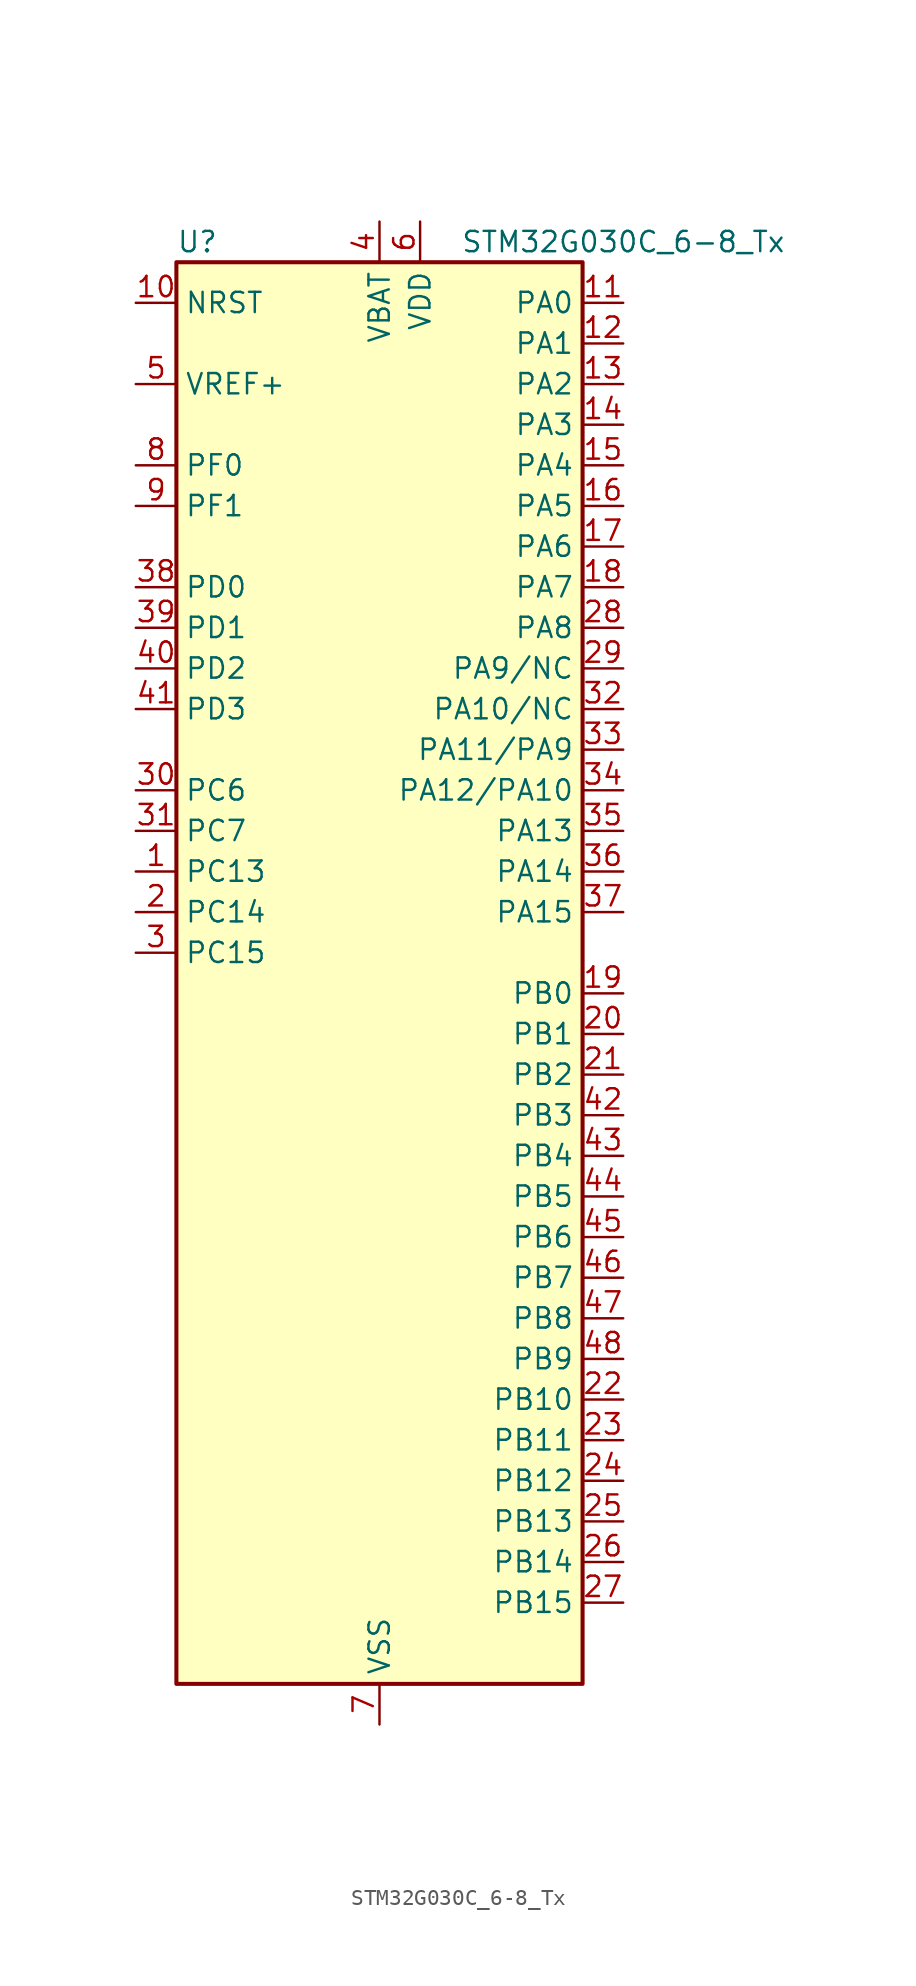
<source format=kicad_sym>
(kicad_symbol_lib
  (version 20220914)
  (generator kicad_symbol_editor)
  (symbol "STM32G030C_6-8_Tx"
    (property "Reference" "U"
      (at -12.7 46.99 0)
      (effects (font (size 1.27 1.27)) (justify left)))
    (property "Value" "STM32G030C_6-8_Tx"
      (at 5.08 46.99 0)
      (effects (font (size 1.27 1.27)) (justify left)))
    (property "ki_locked" ""
      (at 0 0 0)
      (effects (font (size 1.27 1.27))))
    (symbol "STM32G030C_6-8_Tx_0_1"
      (rectangle (start -12.7 -43.18) (end 12.7 45.72) (stroke (width 0.254) (type default)) (fill (type background))))
    (symbol "STM32G030C_6-8_Tx_1_1"
      (pin bidirectional line (at -15.24 7.62 0) (length 2.54) (name "PC13" (effects (font (size 1.27 1.27)))) (number "1" (effects (font (size 1.27 1.27)))) (alternate "RTC_OUT_ALARM" bidirectional line) (alternate "RTC_OUT_CALIB" bidirectional line) (alternate "RTC_TAMP_IN1" bidirectional line) (alternate "RTC_TS" bidirectional line) (alternate "SYS_WKUP2" bidirectional line) (alternate "TIM1_BK" bidirectional line))
      (pin input line (at -15.24 43.18 0) (length 2.54) (name "NRST" (effects (font (size 1.27 1.27)))) (number "10" (effects (font (size 1.27 1.27)))))
      (pin bidirectional line (at 15.24 43.18 180) (length 2.54) (name "PA0" (effects (font (size 1.27 1.27)))) (number "11" (effects (font (size 1.27 1.27)))) (alternate "ADC1_IN0" bidirectional line) (alternate "RTC_TAMP_IN2" bidirectional line) (alternate "SPI2_SCK" bidirectional line) (alternate "SYS_WKUP1" bidirectional line) (alternate "USART2_CTS" bidirectional line) (alternate "USART2_NSS" bidirectional line))
      (pin bidirectional line (at 15.24 40.64 180) (length 2.54) (name "PA1" (effects (font (size 1.27 1.27)))) (number "12" (effects (font (size 1.27 1.27)))) (alternate "ADC1_IN1" bidirectional line) (alternate "I2C1_SMBA" bidirectional line) (alternate "I2S1_CK" bidirectional line) (alternate "SPI1_SCK" bidirectional line) (alternate "USART2_CK" bidirectional line) (alternate "USART2_DE" bidirectional line) (alternate "USART2_RTS" bidirectional line))
      (pin bidirectional line (at 15.24 38.1 180) (length 2.54) (name "PA2" (effects (font (size 1.27 1.27)))) (number "13" (effects (font (size 1.27 1.27)))) (alternate "ADC1_IN2" bidirectional line) (alternate "I2S1_SD" bidirectional line) (alternate "RCC_LSCO" bidirectional line) (alternate "SPI1_MOSI" bidirectional line) (alternate "SYS_WKUP4" bidirectional line) (alternate "USART2_TX" bidirectional line))
      (pin bidirectional line (at 15.24 35.56 180) (length 2.54) (name "PA3" (effects (font (size 1.27 1.27)))) (number "14" (effects (font (size 1.27 1.27)))) (alternate "ADC1_IN3" bidirectional line) (alternate "SPI2_MISO" bidirectional line) (alternate "USART2_RX" bidirectional line))
      (pin bidirectional line (at 15.24 33.02 180) (length 2.54) (name "PA4" (effects (font (size 1.27 1.27)))) (number "15" (effects (font (size 1.27 1.27)))) (alternate "ADC1_IN4" bidirectional line) (alternate "I2S1_WS" bidirectional line) (alternate "RTC_OUT_ALARM" bidirectional line) (alternate "RTC_OUT_CALIB" bidirectional line) (alternate "SPI1_NSS" bidirectional line) (alternate "SPI2_MOSI" bidirectional line) (alternate "TIM14_CH1" bidirectional line))
      (pin bidirectional line (at 15.24 30.48 180) (length 2.54) (name "PA5" (effects (font (size 1.27 1.27)))) (number "16" (effects (font (size 1.27 1.27)))) (alternate "ADC1_IN5" bidirectional line) (alternate "I2S1_CK" bidirectional line) (alternate "SPI1_SCK" bidirectional line))
      (pin bidirectional line (at 15.24 27.94 180) (length 2.54) (name "PA6" (effects (font (size 1.27 1.27)))) (number "17" (effects (font (size 1.27 1.27)))) (alternate "ADC1_IN6" bidirectional line) (alternate "I2S1_MCK" bidirectional line) (alternate "SPI1_MISO" bidirectional line) (alternate "TIM16_CH1" bidirectional line) (alternate "TIM1_BK" bidirectional line) (alternate "TIM3_CH1" bidirectional line))
      (pin bidirectional line (at 15.24 25.4 180) (length 2.54) (name "PA7" (effects (font (size 1.27 1.27)))) (number "18" (effects (font (size 1.27 1.27)))) (alternate "ADC1_IN7" bidirectional line) (alternate "I2S1_SD" bidirectional line) (alternate "SPI1_MOSI" bidirectional line) (alternate "TIM14_CH1" bidirectional line) (alternate "TIM17_CH1" bidirectional line) (alternate "TIM1_CH1N" bidirectional line) (alternate "TIM3_CH2" bidirectional line))
      (pin bidirectional line (at 15.24 0 180) (length 2.54) (name "PB0" (effects (font (size 1.27 1.27)))) (number "19" (effects (font (size 1.27 1.27)))) (alternate "ADC1_IN8" bidirectional line) (alternate "I2S1_WS" bidirectional line) (alternate "SPI1_NSS" bidirectional line) (alternate "TIM1_CH2N" bidirectional line) (alternate "TIM3_CH3" bidirectional line))
      (pin bidirectional line (at -15.24 5.08 0) (length 2.54) (name "PC14" (effects (font (size 1.27 1.27)))) (number "2" (effects (font (size 1.27 1.27)))) (alternate "RCC_OSC32_IN" bidirectional line) (alternate "TIM1_BK2" bidirectional line))
      (pin bidirectional line (at 15.24 -2.54 180) (length 2.54) (name "PB1" (effects (font (size 1.27 1.27)))) (number "20" (effects (font (size 1.27 1.27)))) (alternate "ADC1_IN9" bidirectional line) (alternate "TIM14_CH1" bidirectional line) (alternate "TIM1_CH3N" bidirectional line) (alternate "TIM3_CH4" bidirectional line))
      (pin bidirectional line (at 15.24 -5.08 180) (length 2.54) (name "PB2" (effects (font (size 1.27 1.27)))) (number "21" (effects (font (size 1.27 1.27)))) (alternate "ADC1_IN10" bidirectional line) (alternate "SPI2_MISO" bidirectional line))
      (pin bidirectional line (at 15.24 -25.4 180) (length 2.54) (name "PB10" (effects (font (size 1.27 1.27)))) (number "22" (effects (font (size 1.27 1.27)))) (alternate "ADC1_IN11" bidirectional line) (alternate "I2C2_SCL" bidirectional line) (alternate "SPI2_SCK" bidirectional line))
      (pin bidirectional line (at 15.24 -27.94 180) (length 2.54) (name "PB11" (effects (font (size 1.27 1.27)))) (number "23" (effects (font (size 1.27 1.27)))) (alternate "ADC1_EXTI11" bidirectional line) (alternate "ADC1_IN15" bidirectional line) (alternate "I2C2_SDA" bidirectional line) (alternate "SPI2_MOSI" bidirectional line))
      (pin bidirectional line (at 15.24 -30.48 180) (length 2.54) (name "PB12" (effects (font (size 1.27 1.27)))) (number "24" (effects (font (size 1.27 1.27)))) (alternate "ADC1_IN16" bidirectional line) (alternate "SPI2_NSS" bidirectional line) (alternate "TIM1_BK" bidirectional line))
      (pin bidirectional line (at 15.24 -33.02 180) (length 2.54) (name "PB13" (effects (font (size 1.27 1.27)))) (number "25" (effects (font (size 1.27 1.27)))) (alternate "I2C2_SCL" bidirectional line) (alternate "SPI2_SCK" bidirectional line) (alternate "TIM1_CH1N" bidirectional line))
      (pin bidirectional line (at 15.24 -35.56 180) (length 2.54) (name "PB14" (effects (font (size 1.27 1.27)))) (number "26" (effects (font (size 1.27 1.27)))) (alternate "I2C2_SDA" bidirectional line) (alternate "SPI2_MISO" bidirectional line) (alternate "TIM1_CH2N" bidirectional line))
      (pin bidirectional line (at 15.24 -38.1 180) (length 2.54) (name "PB15" (effects (font (size 1.27 1.27)))) (number "27" (effects (font (size 1.27 1.27)))) (alternate "RTC_REFIN" bidirectional line) (alternate "SPI2_MOSI" bidirectional line) (alternate "TIM1_CH3N" bidirectional line))
      (pin bidirectional line (at 15.24 22.86 180) (length 2.54) (name "PA8" (effects (font (size 1.27 1.27)))) (number "28" (effects (font (size 1.27 1.27)))) (alternate "RCC_MCO" bidirectional line) (alternate "SPI2_NSS" bidirectional line) (alternate "TIM1_CH1" bidirectional line))
      (pin bidirectional line (at 15.24 20.32 180) (length 2.54) (name "PA9/NC" (effects (font (size 1.27 1.27)))) (number "29" (effects (font (size 1.27 1.27)))) (alternate "I2C1_SCL" bidirectional line) (alternate "RCC_MCO" bidirectional line) (alternate "SPI2_MISO" bidirectional line) (alternate "TIM1_CH2" bidirectional line) (alternate "USART1_TX" bidirectional line))
      (pin bidirectional line (at -15.24 2.54 0) (length 2.54) (name "PC15" (effects (font (size 1.27 1.27)))) (number "3" (effects (font (size 1.27 1.27)))) (alternate "RCC_OSC32_EN" bidirectional line) (alternate "RCC_OSC32_OUT" bidirectional line) (alternate "RCC_OSC_EN" bidirectional line))
      (pin bidirectional line (at -15.24 12.7 0) (length 2.54) (name "PC6" (effects (font (size 1.27 1.27)))) (number "30" (effects (font (size 1.27 1.27)))) (alternate "TIM3_CH1" bidirectional line))
      (pin bidirectional line (at -15.24 10.16 0) (length 2.54) (name "PC7" (effects (font (size 1.27 1.27)))) (number "31" (effects (font (size 1.27 1.27)))) (alternate "TIM3_CH2" bidirectional line))
      (pin bidirectional line (at 15.24 17.78 180) (length 2.54) (name "PA10/NC" (effects (font (size 1.27 1.27)))) (number "32" (effects (font (size 1.27 1.27)))) (alternate "I2C1_SDA" bidirectional line) (alternate "SPI2_MOSI" bidirectional line) (alternate "TIM17_BK" bidirectional line) (alternate "TIM1_CH3" bidirectional line) (alternate "USART1_RX" bidirectional line))
      (pin bidirectional line (at 15.24 15.24 180) (length 2.54) (name "PA11/PA9" (effects (font (size 1.27 1.27)))) (number "33" (effects (font (size 1.27 1.27)))) (alternate "ADC1_EXTI11" bidirectional line) (alternate "I2C2_SCL" bidirectional line) (alternate "I2S1_MCK" bidirectional line) (alternate "SPI1_MISO" bidirectional line) (alternate "TIM1_BK2" bidirectional line) (alternate "TIM1_CH4" bidirectional line) (alternate "USART1_CTS" bidirectional line) (alternate "USART1_NSS" bidirectional line))
      (pin bidirectional line (at 15.24 12.7 180) (length 2.54) (name "PA12/PA10" (effects (font (size 1.27 1.27)))) (number "34" (effects (font (size 1.27 1.27)))) (alternate "I2C2_SDA" bidirectional line) (alternate "I2S1_SD" bidirectional line) (alternate "I2S_CKIN" bidirectional line) (alternate "SPI1_MOSI" bidirectional line) (alternate "TIM1_ETR" bidirectional line) (alternate "USART1_CK" bidirectional line) (alternate "USART1_DE" bidirectional line) (alternate "USART1_RTS" bidirectional line))
      (pin bidirectional line (at 15.24 10.16 180) (length 2.54) (name "PA13" (effects (font (size 1.27 1.27)))) (number "35" (effects (font (size 1.27 1.27)))) (alternate "ADC1_IN17" bidirectional line) (alternate "IR_OUT" bidirectional line) (alternate "SYS_SWDIO" bidirectional line))
      (pin bidirectional line (at 15.24 7.62 180) (length 2.54) (name "PA14" (effects (font (size 1.27 1.27)))) (number "36" (effects (font (size 1.27 1.27)))) (alternate "ADC1_IN18" bidirectional line) (alternate "SYS_SWCLK" bidirectional line) (alternate "USART2_TX" bidirectional line))
      (pin bidirectional line (at 15.24 5.08 180) (length 2.54) (name "PA15" (effects (font (size 1.27 1.27)))) (number "37" (effects (font (size 1.27 1.27)))) (alternate "I2S1_WS" bidirectional line) (alternate "SPI1_NSS" bidirectional line) (alternate "USART2_RX" bidirectional line))
      (pin bidirectional line (at -15.24 25.4 0) (length 2.54) (name "PD0" (effects (font (size 1.27 1.27)))) (number "38" (effects (font (size 1.27 1.27)))) (alternate "SPI2_NSS" bidirectional line) (alternate "TIM16_CH1" bidirectional line))
      (pin bidirectional line (at -15.24 22.86 0) (length 2.54) (name "PD1" (effects (font (size 1.27 1.27)))) (number "39" (effects (font (size 1.27 1.27)))) (alternate "SPI2_SCK" bidirectional line) (alternate "TIM17_CH1" bidirectional line))
      (pin power_in line (at 0 48.26 270) (length 2.54) (name "VBAT" (effects (font (size 1.27 1.27)))) (number "4" (effects (font (size 1.27 1.27)))))
      (pin bidirectional line (at -15.24 20.32 0) (length 2.54) (name "PD2" (effects (font (size 1.27 1.27)))) (number "40" (effects (font (size 1.27 1.27)))) (alternate "TIM1_CH1N" bidirectional line) (alternate "TIM3_ETR" bidirectional line))
      (pin bidirectional line (at -15.24 17.78 0) (length 2.54) (name "PD3" (effects (font (size 1.27 1.27)))) (number "41" (effects (font (size 1.27 1.27)))) (alternate "SPI2_MISO" bidirectional line) (alternate "TIM1_CH2N" bidirectional line) (alternate "USART2_CTS" bidirectional line) (alternate "USART2_NSS" bidirectional line))
      (pin bidirectional line (at 15.24 -7.62 180) (length 2.54) (name "PB3" (effects (font (size 1.27 1.27)))) (number "42" (effects (font (size 1.27 1.27)))) (alternate "I2S1_CK" bidirectional line) (alternate "SPI1_SCK" bidirectional line) (alternate "TIM1_CH2" bidirectional line) (alternate "USART1_CK" bidirectional line) (alternate "USART1_DE" bidirectional line) (alternate "USART1_RTS" bidirectional line))
      (pin bidirectional line (at 15.24 -10.16 180) (length 2.54) (name "PB4" (effects (font (size 1.27 1.27)))) (number "43" (effects (font (size 1.27 1.27)))) (alternate "I2S1_MCK" bidirectional line) (alternate "SPI1_MISO" bidirectional line) (alternate "TIM17_BK" bidirectional line) (alternate "TIM3_CH1" bidirectional line) (alternate "USART1_CTS" bidirectional line) (alternate "USART1_NSS" bidirectional line))
      (pin bidirectional line (at 15.24 -12.7 180) (length 2.54) (name "PB5" (effects (font (size 1.27 1.27)))) (number "44" (effects (font (size 1.27 1.27)))) (alternate "I2C1_SMBA" bidirectional line) (alternate "I2S1_SD" bidirectional line) (alternate "SPI1_MOSI" bidirectional line) (alternate "SYS_WKUP6" bidirectional line) (alternate "TIM16_BK" bidirectional line) (alternate "TIM3_CH2" bidirectional line))
      (pin bidirectional line (at 15.24 -15.24 180) (length 2.54) (name "PB6" (effects (font (size 1.27 1.27)))) (number "45" (effects (font (size 1.27 1.27)))) (alternate "I2C1_SCL" bidirectional line) (alternate "SPI2_MISO" bidirectional line) (alternate "TIM16_CH1N" bidirectional line) (alternate "TIM1_CH3" bidirectional line) (alternate "USART1_TX" bidirectional line))
      (pin bidirectional line (at 15.24 -17.78 180) (length 2.54) (name "PB7" (effects (font (size 1.27 1.27)))) (number "46" (effects (font (size 1.27 1.27)))) (alternate "I2C1_SDA" bidirectional line) (alternate "SPI2_MOSI" bidirectional line) (alternate "SYS_PVD_IN" bidirectional line) (alternate "TIM17_CH1N" bidirectional line) (alternate "USART1_RX" bidirectional line))
      (pin bidirectional line (at 15.24 -20.32 180) (length 2.54) (name "PB8" (effects (font (size 1.27 1.27)))) (number "47" (effects (font (size 1.27 1.27)))) (alternate "I2C1_SCL" bidirectional line) (alternate "SPI2_SCK" bidirectional line) (alternate "TIM16_CH1" bidirectional line))
      (pin bidirectional line (at 15.24 -22.86 180) (length 2.54) (name "PB9" (effects (font (size 1.27 1.27)))) (number "48" (effects (font (size 1.27 1.27)))) (alternate "I2C1_SDA" bidirectional line) (alternate "IR_OUT" bidirectional line) (alternate "SPI2_NSS" bidirectional line) (alternate "TIM17_CH1" bidirectional line))
      (pin input line (at -15.24 38.1 0) (length 2.54) (name "VREF+" (effects (font (size 1.27 1.27)))) (number "5" (effects (font (size 1.27 1.27)))) (alternate "VREFBUF_OUT" bidirectional line))
      (pin power_in line (at 2.54 48.26 270) (length 2.54) (name "VDD" (effects (font (size 1.27 1.27)))) (number "6" (effects (font (size 1.27 1.27)))))
      (pin power_in line (at 0 -45.72 90) (length 2.54) (name "VSS" (effects (font (size 1.27 1.27)))) (number "7" (effects (font (size 1.27 1.27)))))
      (pin bidirectional line (at -15.24 33.02 0) (length 2.54) (name "PF0" (effects (font (size 1.27 1.27)))) (number "8" (effects (font (size 1.27 1.27)))) (alternate "RCC_OSC_IN" bidirectional line) (alternate "TIM14_CH1" bidirectional line))
      (pin bidirectional line (at -15.24 30.48 0) (length 2.54) (name "PF1" (effects (font (size 1.27 1.27)))) (number "9" (effects (font (size 1.27 1.27)))) (alternate "RCC_OSC_EN" bidirectional line) (alternate "RCC_OSC_OUT" bidirectional line)))))
</source>
